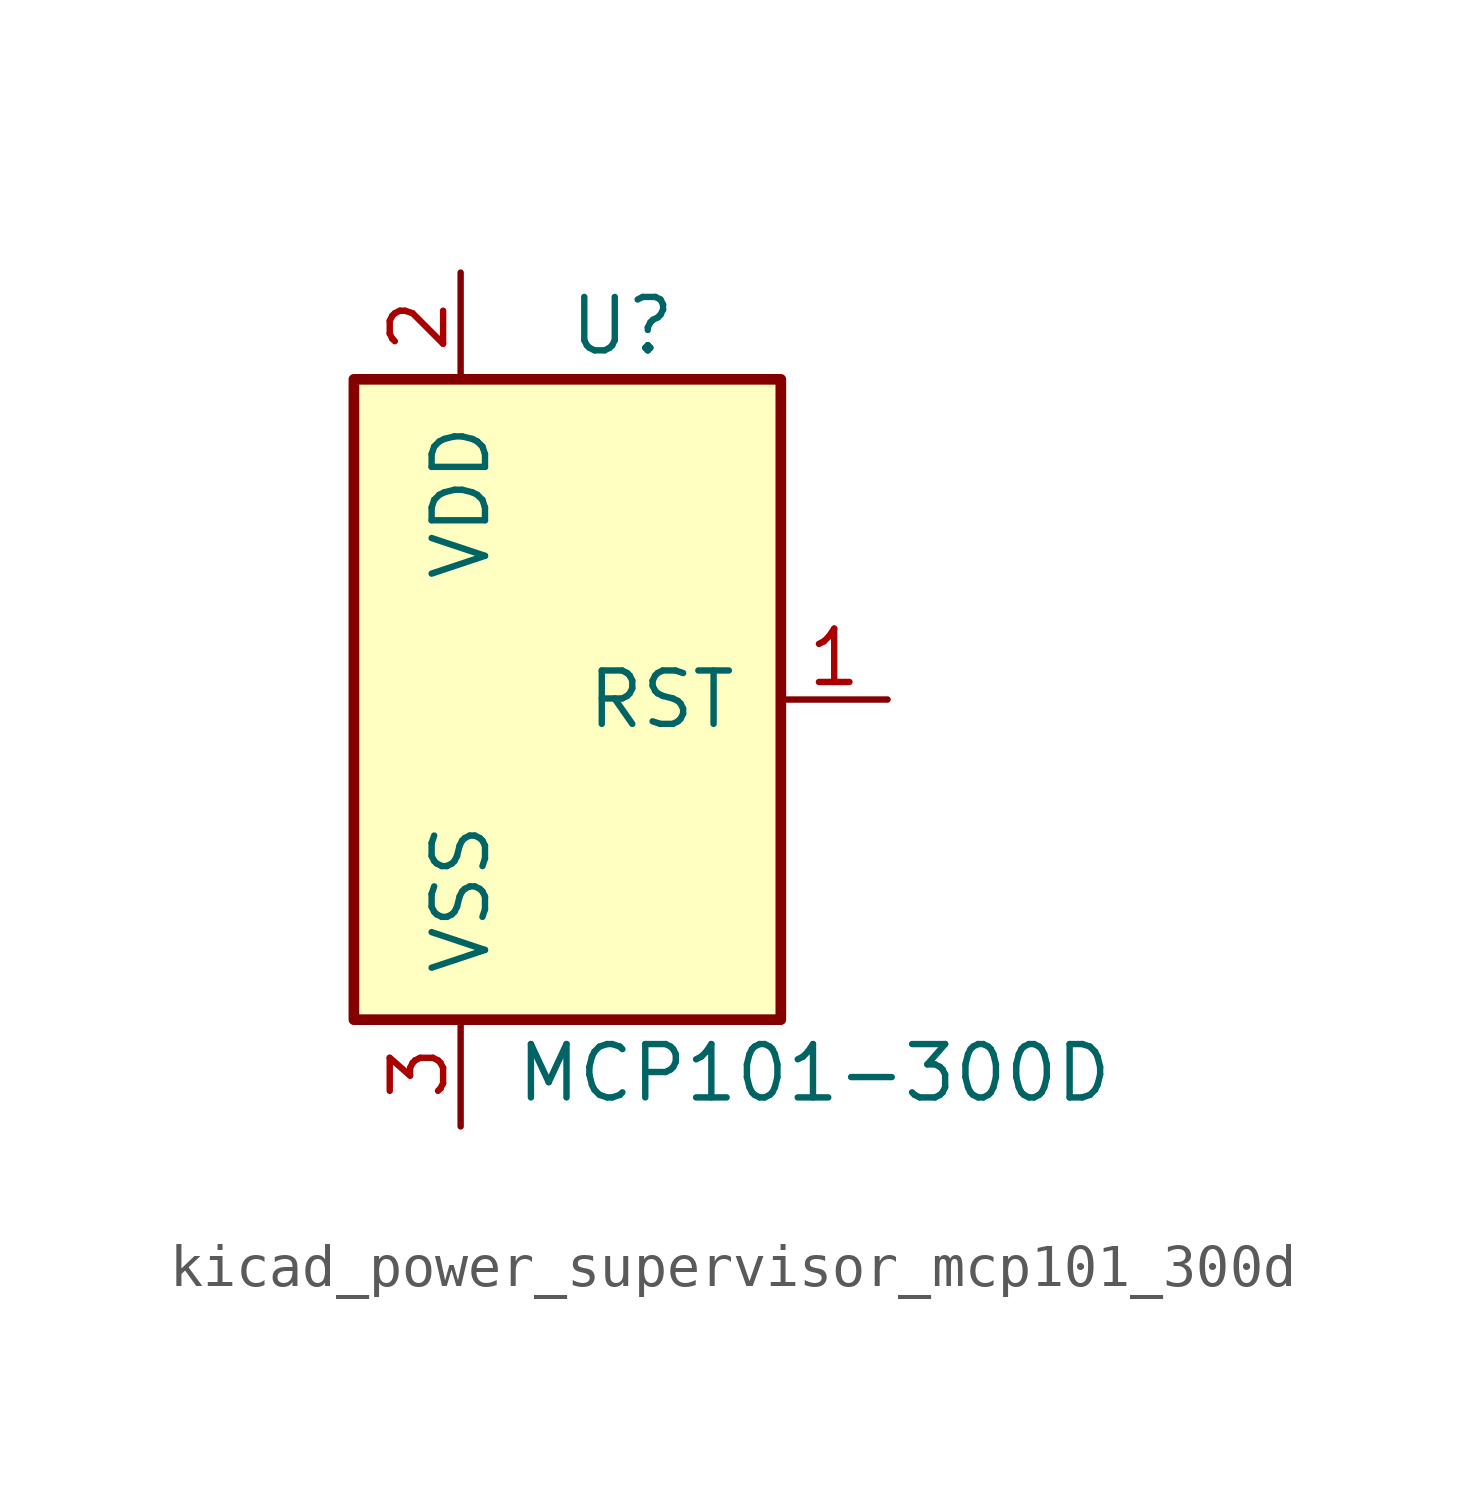
<source format=kicad_sym>
(kicad_symbol_lib
  (version 20220914)
  (generator kicad_symbol_editor)
  (symbol "kicad_power_supervisor_mcp101_300d"
    (pin_names
      (offset 1.016))
    (property "Reference" "U"
      (at 0 8.89 0)
      (effects (font (size 1.27 1.27)) (justify left)))
    (property "Value" "MCP101-300D"
      (at -1.27 -8.89 0)
      (effects (font (size 1.27 1.27)) (justify left)))
    (symbol "kicad_power_supervisor_mcp101_300d_1_1"
      (rectangle (start -5.08 7.62) (end 5.08 -7.62) (stroke (width 0.254) (type default)) (fill (type background)))
      (pin output line (at 7.62 0 180) (length 2.54) (name "RST" (effects (font (size 1.27 1.27)))) (number "1" (effects (font (size 1.27 1.27)))))
      (pin power_in line (at -2.54 10.16 270) (length 2.54) (name "VDD" (effects (font (size 1.27 1.27)))) (number "2" (effects (font (size 1.27 1.27)))))
      (pin power_in line (at -2.54 -10.16 90) (length 2.54) (name "VSS" (effects (font (size 1.27 1.27)))) (number "3" (effects (font (size 1.27 1.27))))))))
</source>
